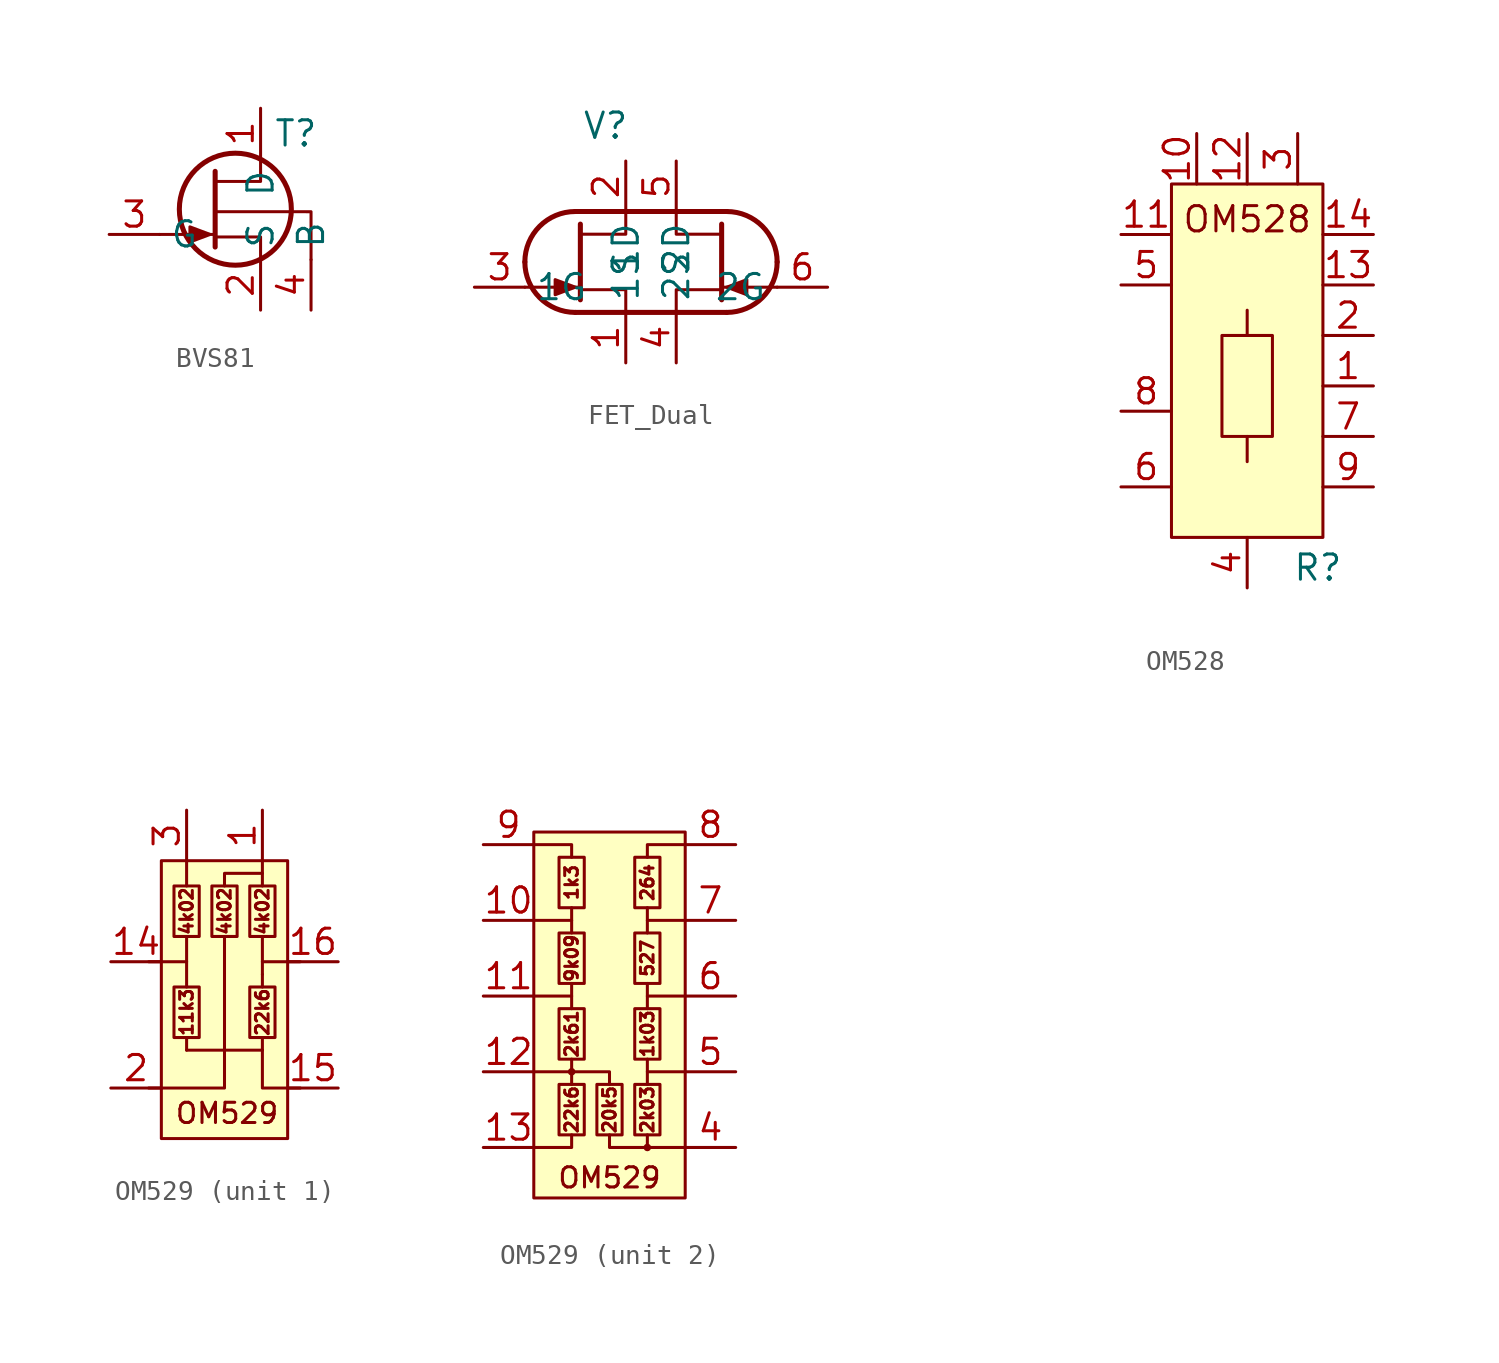
<source format=kicad_sym>
(kicad_symbol_lib
  (version 20241209)
  (generator "kicad_symbol_editor")
  (generator_version "9.0")
  (symbol "BVS81"
    (property "Reference" "T"
      (at 3.048 3.81 0)
      (effects (font (size 1.27 1.27))))
    (property "Value" ""
      (at 0 0 0)
      (effects (font (size 1.27 1.27))))
    (symbol "BVS81_0_1"
      (polyline (pts (xy -1.27 -1.27) (xy -2.286 -0.889) (xy -2.286 -1.651) (xy -1.27 -1.27)) (stroke (width 0) (type default)) (fill (type outline)))
      (polyline (pts (xy -1.016 1.905) (xy -1.016 -1.905)) (stroke (width 0.254) (type default)) (fill (type none)))
      (polyline (pts (xy -1.016 -1.27) (xy -3.81 -1.27)) (stroke (width 0) (type default)) (fill (type none)))
      (circle (center 0 0) (radius 2.819) (stroke (width 0.254) (type default)) (fill (type none)))
      (polyline (pts (xy 1.27 2.54) (xy 1.27 1.397) (xy -1.016 1.397)) (stroke (width 0) (type default)) (fill (type none)))
      (polyline (pts (xy 1.27 -2.54) (xy 1.27 -1.397) (xy -1.016 -1.397)) (stroke (width 0) (type default)) (fill (type none)))
      (polyline (pts (xy 3.81 -2.54) (xy 3.81 -0.127) (xy -1.002 -0.126)) (stroke (width 0) (type default)) (fill (type none))))
    (symbol "BVS81_1_1"
      (pin input line (at -6.35 -1.27 0) (length 2.54) (name "G" (effects (font (size 1.27 1.27)))) (number "3" (effects (font (size 1.27 1.27)))))
      (pin passive line (at 1.27 5.08 270) (length 2.54) (name "D" (effects (font (size 1.27 1.27)))) (number "1" (effects (font (size 1.27 1.27)))))
      (pin passive line (at 1.27 -5.08 90) (length 2.54) (name "S" (effects (font (size 1.27 1.27)))) (number "2" (effects (font (size 1.27 1.27)))))
      (pin passive line (at 3.81 -5.08 90) (length 2.54) (name "B" (effects (font (size 1.27 1.27)))) (number "4" (effects (font (size 1.27 1.27)))))))
  (symbol "FET_Dual"
    (property "Reference" "V"
      (at -2.286 6.858 0)
      (effects (font (size 1.27 1.27))))
    (property "Value" ""
      (at 0 0 0)
      (effects (font (size 1.27 1.27))))
    (symbol "FET_Dual_0_1"
      (arc (start -6.35 0) (mid -5.6061 1.7961) (end -3.81 2.54) (stroke (width 0.254) (type default)) (fill (type none)))
      (arc (start -3.81 -2.54) (mid -5.6061 -1.7961) (end -6.35 0) (stroke (width 0.254) (type default)) (fill (type none)))
      (polyline (pts (xy -3.81 2.54) (xy 3.81 2.54)) (stroke (width 0.254) (type default)) (fill (type none)))
      (polyline (pts (xy -3.81 -1.27) (xy -4.826 -0.889) (xy -4.826 -1.651) (xy -3.81 -1.27)) (stroke (width 0) (type default)) (fill (type outline)))
      (polyline (pts (xy -3.556 1.905) (xy -3.556 -1.905)) (stroke (width 0.254) (type default)) (fill (type none)))
      (polyline (pts (xy -3.556 -1.27) (xy -6.35 -1.27)) (stroke (width 0) (type default)) (fill (type none)))
      (polyline (pts (xy -1.27 2.54) (xy -1.27 1.397) (xy -3.556 1.397)) (stroke (width 0) (type default)) (fill (type none)))
      (polyline (pts (xy -1.27 -2.54) (xy -1.27 -1.397) (xy -3.556 -1.397)) (stroke (width 0) (type default)) (fill (type none)))
      (polyline (pts (xy 1.27 2.54) (xy 1.27 1.397) (xy 3.556 1.397)) (stroke (width 0) (type default)) (fill (type none)))
      (polyline (pts (xy 1.27 -2.54) (xy 1.27 -1.397) (xy 3.556 -1.397)) (stroke (width 0) (type default)) (fill (type none)))
      (polyline (pts (xy 3.556 1.905) (xy 3.556 -1.905)) (stroke (width 0.254) (type default)) (fill (type none)))
      (polyline (pts (xy 3.556 -1.27) (xy 6.35 -1.27)) (stroke (width 0) (type default)) (fill (type none)))
      (arc (start 3.81 2.54) (mid 5.6061 1.7961) (end 6.35 0) (stroke (width 0.254) (type default)) (fill (type none)))
      (arc (start 6.35 0) (mid 5.6061 -1.7961) (end 3.81 -2.54) (stroke (width 0.254) (type default)) (fill (type none)))
      (polyline (pts (xy 3.81 -1.27) (xy 4.826 -0.889) (xy 4.826 -1.651) (xy 3.81 -1.27)) (stroke (width 0) (type default)) (fill (type outline)))
      (polyline (pts (xy 3.81 -2.54) (xy -3.81 -2.54)) (stroke (width 0.254) (type default)) (fill (type none))))
    (symbol "FET_Dual_1_1"
      (pin input line (at -8.89 -1.27 0) (length 2.54) (name "1G" (effects (font (size 1.27 1.27)))) (number "3" (effects (font (size 1.27 1.27)))))
      (pin passive line (at -1.27 5.08 270) (length 2.54) (name "1D" (effects (font (size 1.27 1.27)))) (number "2" (effects (font (size 1.27 1.27)))))
      (pin passive line (at -1.27 -5.08 90) (length 2.54) (name "1S" (effects (font (size 1.27 1.27)))) (number "1" (effects (font (size 1.27 1.27)))))
      (pin passive line (at 1.27 5.08 270) (length 2.54) (name "2D" (effects (font (size 1.27 1.27)))) (number "5" (effects (font (size 1.27 1.27)))))
      (pin passive line (at 1.27 -5.08 90) (length 2.54) (name "2S" (effects (font (size 1.27 1.27)))) (number "4" (effects (font (size 1.27 1.27)))))
      (pin input line (at 8.89 -1.27 180) (length 2.54) (name "2G" (effects (font (size 1.27 1.27)))) (number "6" (effects (font (size 1.27 1.27)))))))
  (symbol "OM528"
    (property "Reference" "R"
      (at 16.256 -7.874 0)
      (effects (font (size 1.27 1.27))))
    (property "Value" ""
      (at 0 0 0)
      (effects (font (size 1.27 1.27))))
    (symbol "OM528_0_1"
      (rectangle (start 11.43 3.81) (end 13.97 -1.27) (stroke (width 0) (type default)) (fill (type none)))
      (polyline (pts (xy 12.7 3.81) (xy 12.7 5.08)) (stroke (width 0) (type default)) (fill (type none)))
      (polyline (pts (xy 12.7 -2.54) (xy 12.7 -1.27)) (stroke (width 0) (type default)) (fill (type none))))
    (symbol "OM528_1_1"
      (rectangle (start 8.89 11.43) (end 16.51 -6.35) (stroke (width 0) (type default)) (fill (type background)))
      (text "OM528" (at 12.7 9.652 0) (effects (font (size 1.27 1.27))))
      (pin passive line (at 6.35 8.89 0) (length 2.54) (name "" (effects (font (size 1.27 1.27)))) (number "11" (effects (font (size 1.27 1.27)))))
      (pin passive line (at 6.35 6.35 0) (length 2.54) (name "" (effects (font (size 1.27 1.27)))) (number "5" (effects (font (size 1.27 1.27)))))
      (pin passive line (at 6.35 0 0) (length 2.54) (name "" (effects (font (size 1.27 1.27)))) (number "8" (effects (font (size 1.27 1.27)))))
      (pin passive line (at 6.35 -3.81 0) (length 2.54) (name "" (effects (font (size 1.27 1.27)))) (number "6" (effects (font (size 1.27 1.27)))))
      (pin passive line (at 10.16 13.97 270) (length 2.54) (name "" (effects (font (size 1.27 1.27)))) (number "10" (effects (font (size 1.27 1.27)))))
      (pin passive line (at 12.7 13.97 270) (length 2.54) (name "" (effects (font (size 1.27 1.27)))) (number "12" (effects (font (size 1.27 1.27)))))
      (pin passive line (at 12.7 -8.89 90) (length 2.54) (name "" (effects (font (size 1.27 1.27)))) (number "4" (effects (font (size 1.27 1.27)))))
      (pin passive line (at 15.24 13.97 270) (length 2.54) (name "" (effects (font (size 1.27 1.27)))) (number "3" (effects (font (size 1.27 1.27)))))
      (pin passive line (at 19.05 8.89 180) (length 2.54) (name "" (effects (font (size 1.27 1.27)))) (number "14" (effects (font (size 1.27 1.27)))))
      (pin passive line (at 19.05 6.35 180) (length 2.54) (name "" (effects (font (size 1.27 1.27)))) (number "13" (effects (font (size 1.27 1.27)))))
      (pin passive line (at 19.05 3.81 180) (length 2.54) (name "" (effects (font (size 1.27 1.27)))) (number "2" (effects (font (size 1.27 1.27)))))
      (pin passive line (at 19.05 1.27 180) (length 2.54) (name "" (effects (font (size 1.27 1.27)))) (number "1" (effects (font (size 1.27 1.27)))))
      (pin passive line (at 19.05 -1.27 180) (length 2.54) (name "" (effects (font (size 1.27 1.27)))) (number "7" (effects (font (size 1.27 1.27)))))
      (pin passive line (at 19.05 -3.81 180) (length 2.54) (name "" (effects (font (size 1.27 1.27)))) (number "9" (effects (font (size 1.27 1.27)))))))
  (symbol "OM529"
    (property "Reference" "R"
      (at -2.54 -7.62 0)
      (effects (font (size 1.27 1.27)) (hide yes)))
    (property "ki_locked" ""
      (at 0 0 0)
      (effects (font (size 1.27 1.27))))
    (symbol "OM529_1_1"
      (unit_name "UnitA")
      (polyline (pts (xy -3.175 2.54) (xy -2.54 2.54)) (stroke (width 0) (type default)) (fill (type none)))
      (rectangle (start -2.54 7.62) (end 3.81 -6.35) (stroke (width 0) (type default)) (fill (type background)))
      (polyline (pts (xy -2.54 -3.81) (xy -3.175 -3.81)) (stroke (width 0) (type default)) (fill (type none)))
      (rectangle (start -1.905 6.35) (end -0.635 3.81) (stroke (width 0) (type default)) (fill (type none)))
      (rectangle (start -1.905 1.27) (end -0.635 -1.27) (stroke (width 0) (type default)) (fill (type none)))
      (polyline (pts (xy -1.27 6.35) (xy -1.27 7.62)) (stroke (width 0) (type default)) (fill (type none)))
      (polyline (pts (xy -1.27 3.81) (xy -1.27 1.27)) (stroke (width 0) (type default)) (fill (type none)))
      (polyline (pts (xy -1.27 2.54) (xy -2.54 2.54)) (stroke (width 0) (type default)) (fill (type none)))
      (polyline (pts (xy -1.27 -1.905) (xy -1.27 -1.27)) (stroke (width 0) (type default)) (fill (type none)))
      (polyline (pts (xy -1.27 -1.905) (xy 2.54 -1.905)) (stroke (width 0) (type default)) (fill (type none)))
      (rectangle (start 0 6.35) (end 1.27 3.81) (stroke (width 0) (type default)) (fill (type none)))
      (polyline (pts (xy 0.635 6.35) (xy 0.635 6.985) (xy 2.54 6.985) (xy 2.54 6.35)) (stroke (width 0) (type default)) (fill (type none)))
      (polyline (pts (xy 0.635 3.81) (xy 0.635 -3.81) (xy -2.54 -3.81)) (stroke (width 0) (type default)) (fill (type none)))
      (rectangle (start 1.905 6.35) (end 3.175 3.81) (stroke (width 0) (type default)) (fill (type none)))
      (rectangle (start 1.905 1.27) (end 3.175 -1.27) (stroke (width 0) (type default)) (fill (type none)))
      (polyline (pts (xy 2.54 7.62) (xy 2.54 6.985)) (stroke (width 0) (type default)) (fill (type none)))
      (polyline (pts (xy 2.54 3.81) (xy 2.54 1.905)) (stroke (width 0) (type default)) (fill (type none)))
      (polyline (pts (xy 2.54 1.905) (xy 2.54 1.27)) (stroke (width 0) (type default)) (fill (type none)))
      (polyline (pts (xy 2.54 -1.905) (xy 2.54 -1.27)) (stroke (width 0) (type default)) (fill (type none)))
      (polyline (pts (xy 2.54 -1.905) (xy 2.54 -3.81) (xy 3.81 -3.81)) (stroke (width 0) (type default)) (fill (type none)))
      (polyline (pts (xy 3.81 2.54) (xy 2.54 2.54)) (stroke (width 0) (type default)) (fill (type none)))
      (polyline (pts (xy 3.81 -3.81) (xy 4.445 -3.81)) (stroke (width 0) (type default)) (fill (type none)))
      (polyline (pts (xy 4.445 2.54) (xy 3.81 2.54)) (stroke (width 0) (type default)) (fill (type none)))
      (text "4k02" (at -1.27 5.08 900) (effects (font (size 0.635 0.635))))
      (text "11k3" (at -1.27 0 900) (effects (font (size 0.635 0.635))))
      (text "4k02" (at 0.635 5.08 900) (effects (font (size 0.635 0.635))))
      (text "OM529" (at 0.762 -5.08 0) (effects (font (size 1.016 1.016))))
      (text "4k02" (at 2.54 5.08 900) (effects (font (size 0.635 0.635))))
      (text "22k6" (at 2.54 0 900) (effects (font (size 0.635 0.635))))
      (pin passive line (at -5.08 2.54 0) (length 2.54) (name "" (effects (font (size 1.27 1.27)))) (number "14" (effects (font (size 1.27 1.27)))))
      (pin passive line (at -5.08 -3.81 0) (length 2.54) (name "" (effects (font (size 1.27 1.27)))) (number "2" (effects (font (size 1.27 1.27)))))
      (pin passive line (at -1.27 10.16 270) (length 2.54) (name "" (effects (font (size 1.27 1.27)))) (number "3" (effects (font (size 1.27 1.27)))))
      (pin passive line (at 2.54 10.16 270) (length 2.54) (name "" (effects (font (size 1.27 1.27)))) (number "1" (effects (font (size 1.27 1.27)))))
      (pin passive line (at 6.35 2.54 180) (length 2.54) (name "" (effects (font (size 1.27 1.27)))) (number "16" (effects (font (size 1.27 1.27)))))
      (pin passive line (at 6.35 -3.81 180) (length 2.54) (name "" (effects (font (size 1.27 1.27)))) (number "15" (effects (font (size 1.27 1.27))))))
    (symbol "OM529_2_1"
      (unit_name "Unit B")
      (rectangle (start -3.81 9.525) (end 3.81 -8.89) (stroke (width 0) (type default)) (fill (type background)))
      (polyline (pts (xy -3.81 8.89) (xy -1.905 8.89) (xy -1.905 8.255)) (stroke (width 0) (type default)) (fill (type none)))
      (polyline (pts (xy -3.81 5.08) (xy -1.905 5.08)) (stroke (width 0) (type default)) (fill (type none)))
      (polyline (pts (xy -3.81 1.27) (xy -1.905 1.27)) (stroke (width 0) (type default)) (fill (type none)))
      (polyline (pts (xy -3.81 -2.54) (xy -1.905 -2.54) (xy 0 -2.54) (xy 0 -3.175)) (stroke (width 0) (type default)) (fill (type none)))
      (polyline (pts (xy -3.81 -6.35) (xy -1.905 -6.35) (xy -1.905 -5.715)) (stroke (width 0) (type default)) (fill (type none)))
      (rectangle (start -2.54 8.255) (end -1.27 5.715) (stroke (width 0) (type default)) (fill (type none)))
      (rectangle (start -2.54 4.445) (end -1.27 1.905) (stroke (width 0) (type default)) (fill (type none)))
      (rectangle (start -2.54 0.635) (end -1.27 -1.905) (stroke (width 0) (type default)) (fill (type none)))
      (rectangle (start -2.54 -3.175) (end -1.27 -5.715) (stroke (width 0) (type default)) (fill (type none)))
      (polyline (pts (xy -1.905 5.715) (xy -1.905 4.445)) (stroke (width 0) (type default)) (fill (type none)))
      (polyline (pts (xy -1.905 1.905) (xy -1.905 0.635)) (stroke (width 0) (type default)) (fill (type none)))
      (polyline (pts (xy -1.905 -1.905) (xy -1.905 -3.175)) (stroke (width 0) (type default)) (fill (type none)))
      (circle (center -1.905 -2.54) (radius 0.127) (stroke (width 0.127) (type default)) (fill (type none)))
      (rectangle (start -0.635 -3.175) (end 0.635 -5.715) (stroke (width 0) (type default)) (fill (type none)))
      (polyline (pts (xy 0 -5.715) (xy 0 -6.35) (xy 3.81 -6.35)) (stroke (width 0) (type default)) (fill (type none)))
      (rectangle (start 1.27 8.255) (end 2.54 5.715) (stroke (width 0) (type default)) (fill (type none)))
      (rectangle (start 1.27 4.445) (end 2.54 1.905) (stroke (width 0) (type default)) (fill (type none)))
      (rectangle (start 1.27 0.635) (end 2.54 -1.905) (stroke (width 0) (type default)) (fill (type none)))
      (rectangle (start 1.27 -3.175) (end 2.54 -5.715) (stroke (width 0) (type default)) (fill (type none)))
      (polyline (pts (xy 1.905 8.255) (xy 1.905 8.89) (xy 3.81 8.89)) (stroke (width 0) (type default)) (fill (type none)))
      (polyline (pts (xy 1.905 5.715) (xy 1.905 4.445)) (stroke (width 0) (type default)) (fill (type none)))
      (polyline (pts (xy 1.905 1.905) (xy 1.905 0.635)) (stroke (width 0) (type default)) (fill (type none)))
      (polyline (pts (xy 1.905 1.27) (xy 3.81 1.27)) (stroke (width 0) (type default)) (fill (type none)))
      (polyline (pts (xy 1.905 -1.905) (xy 1.905 -3.175)) (stroke (width 0) (type default)) (fill (type none)))
      (polyline (pts (xy 1.905 -5.715) (xy 1.905 -6.35)) (stroke (width 0) (type default)) (fill (type none)))
      (circle (center 1.905 -6.35) (radius 0.127) (stroke (width 0.127) (type default)) (fill (type none)))
      (polyline (pts (xy 3.81 5.08) (xy 1.905 5.08)) (stroke (width 0) (type default)) (fill (type none)))
      (polyline (pts (xy 3.81 -2.54) (xy 1.905 -2.54)) (stroke (width 0) (type default)) (fill (type none)))
      (text "1k3" (at -1.905 6.985 900) (effects (font (size 0.635 0.635))))
      (text "9k09" (at -1.905 3.175 900) (effects (font (size 0.635 0.635))))
      (text "2k61" (at -1.905 -0.635 900) (effects (font (size 0.635 0.635))))
      (text "22k6" (at -1.905 -4.445 900) (effects (font (size 0.635 0.635))))
      (text "20k5" (at 0 -4.445 900) (effects (font (size 0.635 0.635))))
      (text "OM529" (at 0 -7.874 0) (effects (font (size 1.016 1.016))))
      (text "264" (at 1.905 6.985 900) (effects (font (size 0.635 0.635))))
      (text "527" (at 1.905 3.175 900) (effects (font (size 0.635 0.635))))
      (text "1k03" (at 1.905 -0.635 900) (effects (font (size 0.635 0.635))))
      (text "2k03" (at 1.905 -4.445 900) (effects (font (size 0.635 0.635))))
      (pin passive line (at -6.35 8.89 0) (length 2.54) (name "" (effects (font (size 1.27 1.27)))) (number "9" (effects (font (size 1.27 1.27)))))
      (pin passive line (at -6.35 5.08 0) (length 2.54) (name "" (effects (font (size 1.27 1.27)))) (number "10" (effects (font (size 1.27 1.27)))))
      (pin passive line (at -6.35 1.27 0) (length 2.54) (name "" (effects (font (size 1.27 1.27)))) (number "11" (effects (font (size 1.27 1.27)))))
      (pin passive line (at -6.35 -2.54 0) (length 2.54) (name "" (effects (font (size 1.27 1.27)))) (number "12" (effects (font (size 1.27 1.27)))))
      (pin passive line (at -6.35 -6.35 0) (length 2.54) (name "" (effects (font (size 1.27 1.27)))) (number "13" (effects (font (size 1.27 1.27)))))
      (pin passive line (at 6.35 8.89 180) (length 2.54) (name "" (effects (font (size 1.27 1.27)))) (number "8" (effects (font (size 1.27 1.27)))))
      (pin passive line (at 6.35 5.08 180) (length 2.54) (name "" (effects (font (size 1.27 1.27)))) (number "7" (effects (font (size 1.27 1.27)))))
      (pin passive line (at 6.35 1.27 180) (length 2.54) (name "" (effects (font (size 1.27 1.27)))) (number "6" (effects (font (size 1.27 1.27)))))
      (pin passive line (at 6.35 -2.54 180) (length 2.54) (name "" (effects (font (size 1.27 1.27)))) (number "5" (effects (font (size 1.27 1.27)))))
      (pin passive line (at 6.35 -6.35 180) (length 2.54) (name "" (effects (font (size 1.27 1.27)))) (number "4" (effects (font (size 1.27 1.27))))))))
</source>
